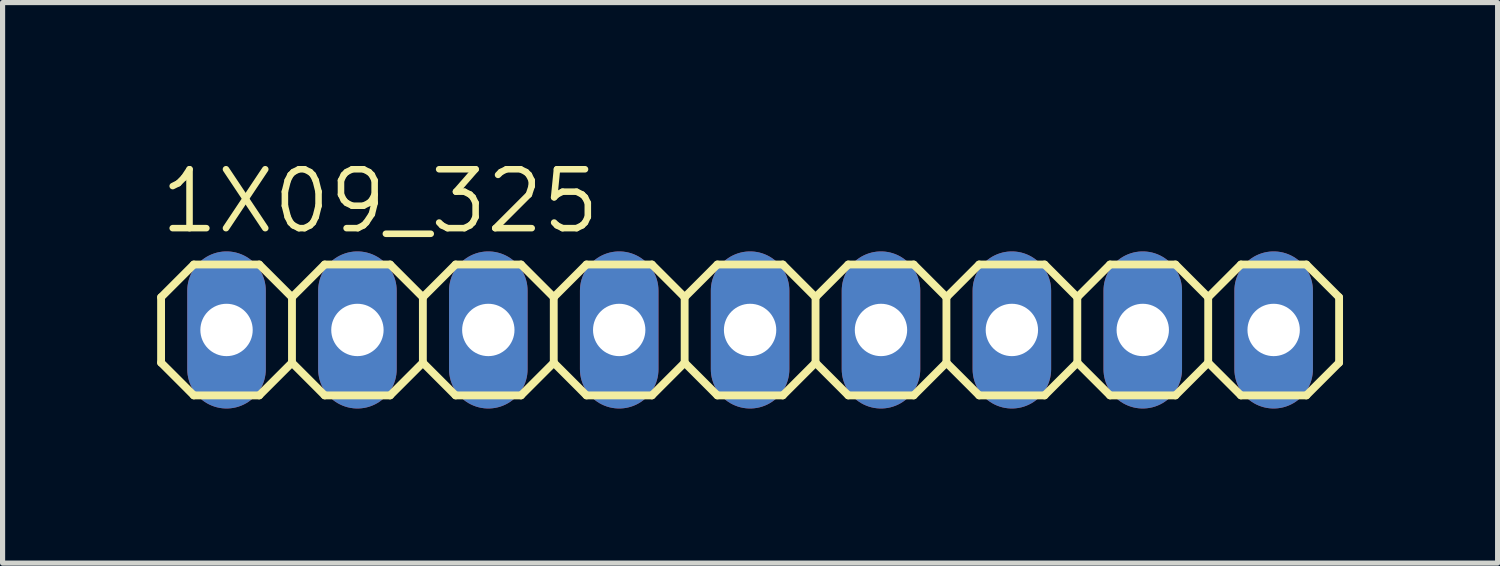
<source format=kicad_pcb>
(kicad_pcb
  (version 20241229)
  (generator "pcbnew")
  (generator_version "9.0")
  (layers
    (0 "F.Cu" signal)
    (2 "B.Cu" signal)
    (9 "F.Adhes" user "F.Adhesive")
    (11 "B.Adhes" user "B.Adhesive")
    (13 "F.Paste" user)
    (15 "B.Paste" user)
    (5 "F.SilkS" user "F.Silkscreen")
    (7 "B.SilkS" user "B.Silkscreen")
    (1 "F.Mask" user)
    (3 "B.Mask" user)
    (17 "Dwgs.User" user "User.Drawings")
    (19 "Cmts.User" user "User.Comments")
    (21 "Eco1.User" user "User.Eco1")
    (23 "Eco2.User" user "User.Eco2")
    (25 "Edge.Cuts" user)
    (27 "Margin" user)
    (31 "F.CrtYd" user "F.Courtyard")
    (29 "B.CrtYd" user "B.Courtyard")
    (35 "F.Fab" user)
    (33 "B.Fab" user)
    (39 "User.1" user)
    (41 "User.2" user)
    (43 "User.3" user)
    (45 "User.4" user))
  (footprint "1X09_325"
    (layer "F.Cu")
    (at 11.506 3.353)
    (property "Reference" "1X09_325" (at -11.506 -1.829 0) (unlocked yes) (layer "F.SilkS") (effects (font (size 1.143 1.143) (thickness 0.127)) (justify left bottom)))
    (fp_line (start -11.43 -0.635) (end -11.43 0.635) (stroke (width 0.152) (type solid)) (layer "F.SilkS"))
    (fp_line (start -11.43 0.635) (end -10.795 1.27) (stroke (width 0.152) (type solid)) (layer "F.SilkS"))
    (fp_line (start -10.795 -1.27) (end -11.43 -0.635) (stroke (width 0.152) (type solid)) (layer "F.SilkS"))
    (fp_line (start -10.795 -1.27) (end -9.525 -1.27) (stroke (width 0.152) (type solid)) (layer "F.SilkS"))
    (fp_line (start -9.525 -1.27) (end -8.89 -0.635) (stroke (width 0.152) (type solid)) (layer "F.SilkS"))
    (fp_line (start -9.525 1.27) (end -10.795 1.27) (stroke (width 0.152) (type solid)) (layer "F.SilkS"))
    (fp_line (start -8.89 -0.635) (end -8.89 0.635) (stroke (width 0.152) (type solid)) (layer "F.SilkS"))
    (fp_line (start -8.89 -0.635) (end -8.255 -1.27) (stroke (width 0.152) (type solid)) (layer "F.SilkS"))
    (fp_line (start -8.89 0.635) (end -9.525 1.27) (stroke (width 0.152) (type solid)) (layer "F.SilkS"))
    (fp_line (start -8.255 -1.27) (end -6.985 -1.27) (stroke (width 0.152) (type solid)) (layer "F.SilkS"))
    (fp_line (start -8.255 1.27) (end -8.89 0.635) (stroke (width 0.152) (type solid)) (layer "F.SilkS"))
    (fp_line (start -6.985 -1.27) (end -6.35 -0.635) (stroke (width 0.152) (type solid)) (layer "F.SilkS"))
    (fp_line (start -6.985 1.27) (end -8.255 1.27) (stroke (width 0.152) (type solid)) (layer "F.SilkS"))
    (fp_line (start -6.35 -0.635) (end -6.35 0.635) (stroke (width 0.152) (type solid)) (layer "F.SilkS"))
    (fp_line (start -6.35 -0.635) (end -5.715 -1.27) (stroke (width 0.152) (type solid)) (layer "F.SilkS"))
    (fp_line (start -6.35 0.635) (end -6.985 1.27) (stroke (width 0.152) (type solid)) (layer "F.SilkS"))
    (fp_line (start -5.715 -1.27) (end -4.445 -1.27) (stroke (width 0.152) (type solid)) (layer "F.SilkS"))
    (fp_line (start -5.715 1.27) (end -6.35 0.635) (stroke (width 0.152) (type solid)) (layer "F.SilkS"))
    (fp_line (start -4.445 -1.27) (end -3.81 -0.635) (stroke (width 0.152) (type solid)) (layer "F.SilkS"))
    (fp_line (start -4.445 1.27) (end -5.715 1.27) (stroke (width 0.152) (type solid)) (layer "F.SilkS"))
    (fp_line (start -3.81 -0.635) (end -3.81 0.635) (stroke (width 0.152) (type solid)) (layer "F.SilkS"))
    (fp_line (start -3.81 0.635) (end -4.445 1.27) (stroke (width 0.152) (type solid)) (layer "F.SilkS"))
    (fp_line (start -3.81 0.635) (end -3.175 1.27) (stroke (width 0.152) (type solid)) (layer "F.SilkS"))
    (fp_line (start -3.175 -1.27) (end -3.81 -0.635) (stroke (width 0.152) (type solid)) (layer "F.SilkS"))
    (fp_line (start -3.175 -1.27) (end -1.905 -1.27) (stroke (width 0.152) (type solid)) (layer "F.SilkS"))
    (fp_line (start -1.905 -1.27) (end -1.27 -0.635) (stroke (width 0.152) (type solid)) (layer "F.SilkS"))
    (fp_line (start -1.905 1.27) (end -3.175 1.27) (stroke (width 0.152) (type solid)) (layer "F.SilkS"))
    (fp_line (start -1.27 -0.635) (end -1.27 0.635) (stroke (width 0.152) (type solid)) (layer "F.SilkS"))
    (fp_line (start -1.27 -0.635) (end -0.635 -1.27) (stroke (width 0.152) (type solid)) (layer "F.SilkS"))
    (fp_line (start -1.27 0.635) (end -1.905 1.27) (stroke (width 0.152) (type solid)) (layer "F.SilkS"))
    (fp_line (start -0.635 -1.27) (end 0.635 -1.27) (stroke (width 0.152) (type solid)) (layer "F.SilkS"))
    (fp_line (start -0.635 1.27) (end -1.27 0.635) (stroke (width 0.152) (type solid)) (layer "F.SilkS"))
    (fp_line (start 0.635 -1.27) (end 1.27 -0.635) (stroke (width 0.152) (type solid)) (layer "F.SilkS"))
    (fp_line (start 0.635 1.27) (end -0.635 1.27) (stroke (width 0.152) (type solid)) (layer "F.SilkS"))
    (fp_line (start 1.27 -0.635) (end 1.27 0.635) (stroke (width 0.152) (type solid)) (layer "F.SilkS"))
    (fp_line (start 1.27 -0.635) (end 1.905 -1.27) (stroke (width 0.152) (type solid)) (layer "F.SilkS"))
    (fp_line (start 1.27 0.635) (end 0.635 1.27) (stroke (width 0.152) (type solid)) (layer "F.SilkS"))
    (fp_line (start 1.905 -1.27) (end 3.175 -1.27) (stroke (width 0.152) (type solid)) (layer "F.SilkS"))
    (fp_line (start 1.905 1.27) (end 1.27 0.635) (stroke (width 0.152) (type solid)) (layer "F.SilkS"))
    (fp_line (start 3.175 -1.27) (end 3.81 -0.635) (stroke (width 0.152) (type solid)) (layer "F.SilkS"))
    (fp_line (start 3.175 1.27) (end 1.905 1.27) (stroke (width 0.152) (type solid)) (layer "F.SilkS"))
    (fp_line (start 3.81 -0.635) (end 3.81 0.635) (stroke (width 0.152) (type solid)) (layer "F.SilkS"))
    (fp_line (start 3.81 0.635) (end 3.175 1.27) (stroke (width 0.152) (type solid)) (layer "F.SilkS"))
    (fp_line (start 3.81 0.635) (end 4.445 1.27) (stroke (width 0.152) (type solid)) (layer "F.SilkS"))
    (fp_line (start 4.445 -1.27) (end 3.81 -0.635) (stroke (width 0.152) (type solid)) (layer "F.SilkS"))
    (fp_line (start 4.445 -1.27) (end 5.715 -1.27) (stroke (width 0.152) (type solid)) (layer "F.SilkS"))
    (fp_line (start 5.715 -1.27) (end 6.35 -0.635) (stroke (width 0.152) (type solid)) (layer "F.SilkS"))
    (fp_line (start 5.715 1.27) (end 4.445 1.27) (stroke (width 0.152) (type solid)) (layer "F.SilkS"))
    (fp_line (start 6.35 -0.635) (end 6.35 0.635) (stroke (width 0.152) (type solid)) (layer "F.SilkS"))
    (fp_line (start 6.35 -0.635) (end 6.985 -1.27) (stroke (width 0.152) (type solid)) (layer "F.SilkS"))
    (fp_line (start 6.35 0.635) (end 5.715 1.27) (stroke (width 0.152) (type solid)) (layer "F.SilkS"))
    (fp_line (start 6.985 -1.27) (end 8.255 -1.27) (stroke (width 0.152) (type solid)) (layer "F.SilkS"))
    (fp_line (start 6.985 1.27) (end 6.35 0.635) (stroke (width 0.152) (type solid)) (layer "F.SilkS"))
    (fp_line (start 8.255 -1.27) (end 8.89 -0.635) (stroke (width 0.152) (type solid)) (layer "F.SilkS"))
    (fp_line (start 8.255 1.27) (end 6.985 1.27) (stroke (width 0.152) (type solid)) (layer "F.SilkS"))
    (fp_line (start 8.89 -0.635) (end 8.89 0.635) (stroke (width 0.152) (type solid)) (layer "F.SilkS"))
    (fp_line (start 8.89 0.635) (end 8.255 1.27) (stroke (width 0.152) (type solid)) (layer "F.SilkS"))
    (fp_line (start 8.89 0.635) (end 9.525 1.27) (stroke (width 0.152) (type solid)) (layer "F.SilkS"))
    (fp_line (start 9.525 -1.27) (end 8.89 -0.635) (stroke (width 0.152) (type solid)) (layer "F.SilkS"))
    (fp_line (start 9.525 -1.27) (end 10.795 -1.27) (stroke (width 0.152) (type solid)) (layer "F.SilkS"))
    (fp_line (start 10.795 -1.27) (end 11.43 -0.635) (stroke (width 0.152) (type solid)) (layer "F.SilkS"))
    (fp_line (start 10.795 1.27) (end 9.525 1.27) (stroke (width 0.152) (type solid)) (layer "F.SilkS"))
    (fp_line (start 11.43 -0.635) (end 11.43 0.635) (stroke (width 0.152) (type solid)) (layer "F.SilkS"))
    (fp_line (start 11.43 0.635) (end 10.795 1.27) (stroke (width 0.152) (type solid)) (layer "F.SilkS"))
    (fp_poly (pts (xy -10.414 0.254) (xy -9.906 0.254) (xy -9.906 -0.254) (xy -10.414 -0.254)) (stroke (width 0.1) (type default)) (fill no) (layer "F.Fab"))
    (fp_poly (pts (xy -7.874 0.254) (xy -7.366 0.254) (xy -7.366 -0.254) (xy -7.874 -0.254)) (stroke (width 0.1) (type default)) (fill no) (layer "F.Fab"))
    (fp_poly (pts (xy -5.334 0.254) (xy -4.826 0.254) (xy -4.826 -0.254) (xy -5.334 -0.254)) (stroke (width 0.1) (type default)) (fill no) (layer "F.Fab"))
    (fp_poly (pts (xy -2.794 0.254) (xy -2.286 0.254) (xy -2.286 -0.254) (xy -2.794 -0.254)) (stroke (width 0.1) (type default)) (fill no) (layer "F.Fab"))
    (fp_poly (pts (xy -0.254 0.254) (xy 0.254 0.254) (xy 0.254 -0.254) (xy -0.254 -0.254)) (stroke (width 0.1) (type default)) (fill no) (layer "F.Fab"))
    (fp_poly (pts (xy 2.286 0.254) (xy 2.794 0.254) (xy 2.794 -0.254) (xy 2.286 -0.254)) (stroke (width 0.1) (type default)) (fill no) (layer "F.Fab"))
    (fp_poly (pts (xy 4.826 0.254) (xy 5.334 0.254) (xy 5.334 -0.254) (xy 4.826 -0.254)) (stroke (width 0.1) (type default)) (fill no) (layer "F.Fab"))
    (fp_poly (pts (xy 7.366 0.254) (xy 7.874 0.254) (xy 7.874 -0.254) (xy 7.366 -0.254)) (stroke (width 0.1) (type default)) (fill no) (layer "F.Fab"))
    (fp_poly (pts (xy 9.906 0.254) (xy 10.414 0.254) (xy 10.414 -0.254) (xy 9.906 -0.254)) (stroke (width 0.1) (type default)) (fill no) (layer "F.Fab"))
    (pad "1" thru_hole oval (at -10.16 0 90) (size 3.048 1.524) (drill 1.016) (layers "*.Cu" "*.Mask"))
    (pad "2" thru_hole oval (at -7.62 0 90) (size 3.048 1.524) (drill 1.016) (layers "*.Cu" "*.Mask"))
    (pad "3" thru_hole oval (at -5.08 0 90) (size 3.048 1.524) (drill 1.016) (layers "*.Cu" "*.Mask"))
    (pad "4" thru_hole oval (at -2.54 0 90) (size 3.048 1.524) (drill 1.016) (layers "*.Cu" "*.Mask"))
    (pad "5" thru_hole oval (at 0 0 90) (size 3.048 1.524) (drill 1.016) (layers "*.Cu" "*.Mask"))
    (pad "6" thru_hole oval (at 2.54 0 90) (size 3.048 1.524) (drill 1.016) (layers "*.Cu" "*.Mask"))
    (pad "7" thru_hole oval (at 5.08 0 90) (size 3.048 1.524) (drill 1.016) (layers "*.Cu" "*.Mask"))
    (pad "8" thru_hole oval (at 7.62 0 90) (size 3.048 1.524) (drill 1.016) (layers "*.Cu" "*.Mask"))
    (pad "9" thru_hole oval (at 10.16 0 90) (size 3.048 1.524) (drill 1.016) (layers "*.Cu" "*.Mask")))
  (gr_rect
    (start -3 -3)
    (end 26.012 7.877)
    (stroke (width 0.1) (type default))
    (fill no)
    (layer "Edge.Cuts")))
</source>
